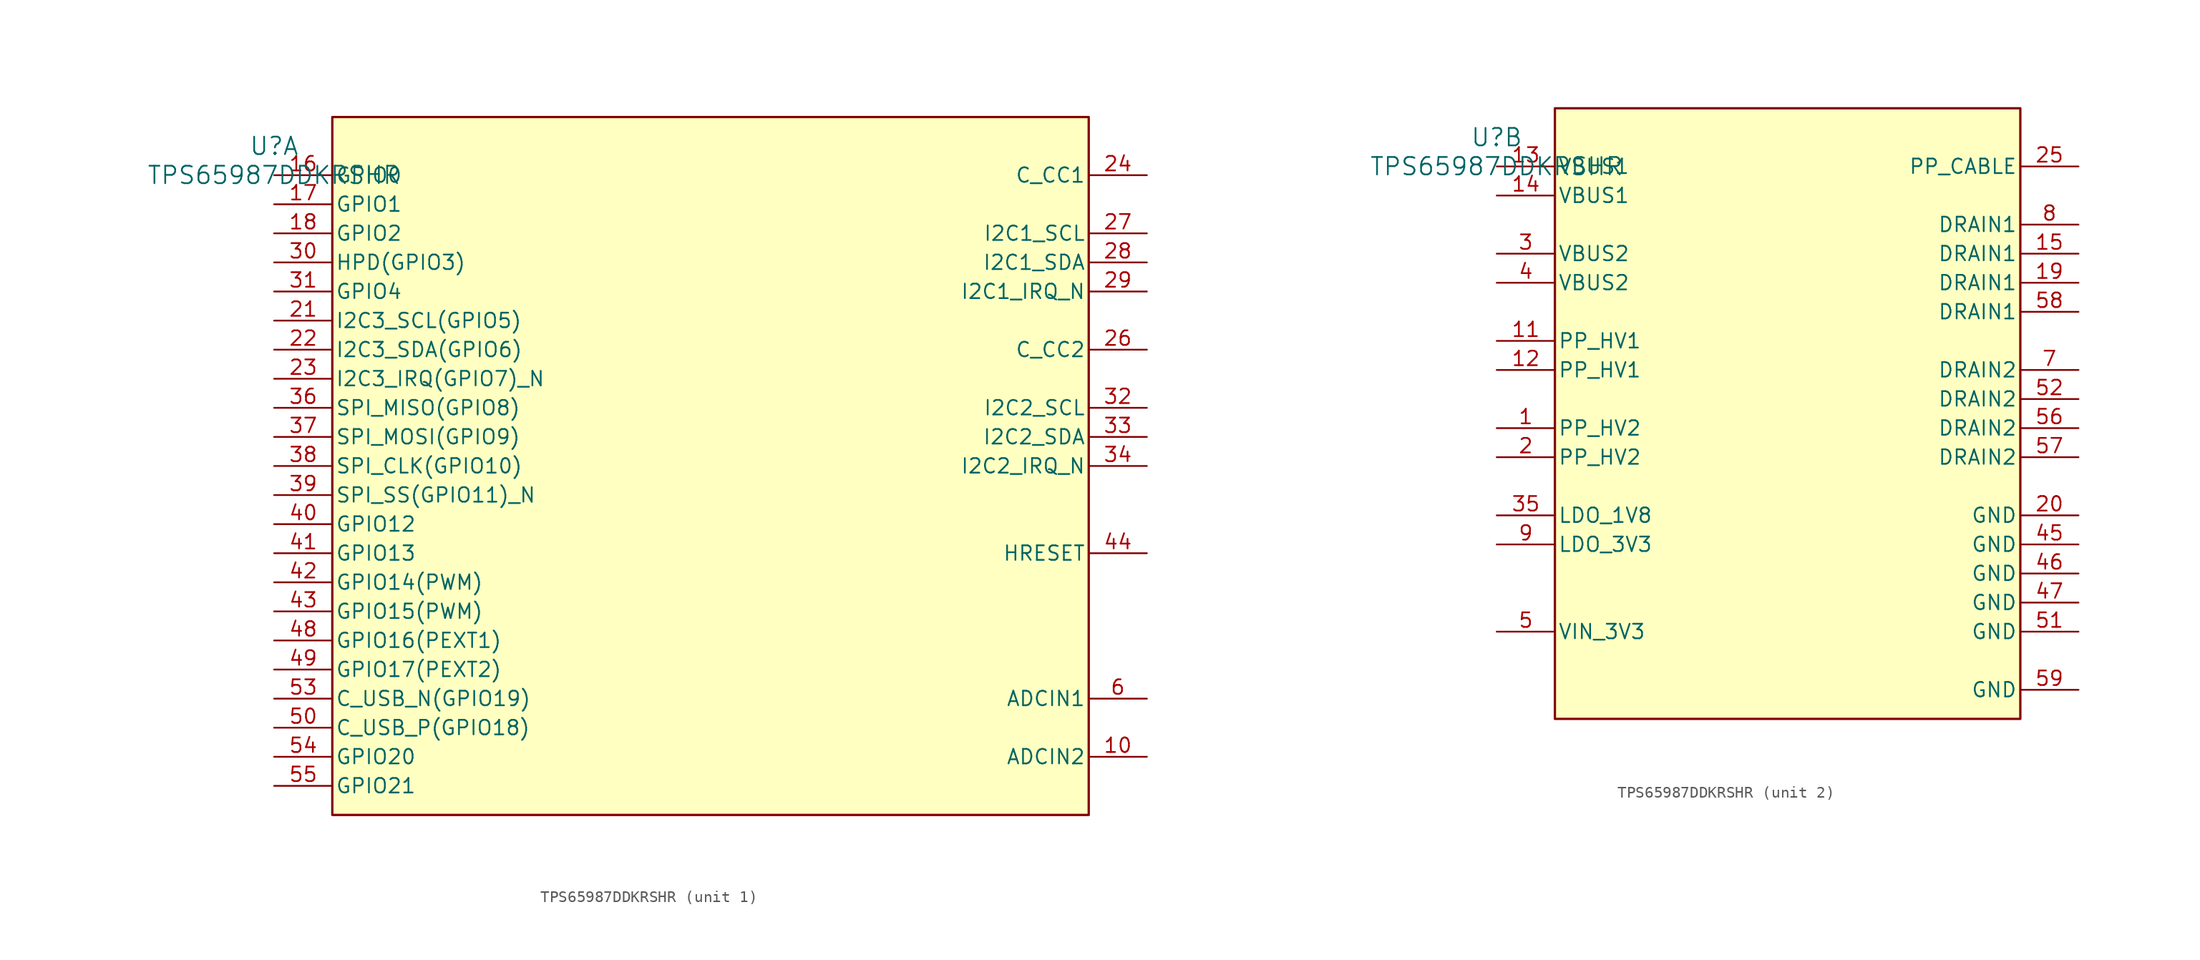
<source format=kicad_sym>
(kicad_symbol_lib
  (version 20241209)
  (generator "kicad_symbol_editor")
  (generator_version "9.0")
  (symbol "TPS65987DDKRSHR"
    (pin_names
      (offset 0.254))
    (property "Reference" "U"
      (at 0 2.54 0)
      (effects (font (size 1.524 1.524))))
    (property "Value" "TPS65987DDKRSHR"
      (at 0 0 0)
      (effects (font (size 1.524 1.524))))
    (property "ki_locked" ""
      (at 0 0 0)
      (effects (font (size 1.27 1.27))))
    (symbol "TPS65987DDKRSHR_1_1"
      (rectangle (start 5.08 5.08) (end 71.12 -55.88) (stroke (width 0.203) (type solid)) (fill (type background)))
      (pin bidirectional line (at 0 0 0) (length 5.08) (name "GPIO0" (effects (font (size 1.27 1.27)))) (number "16" (effects (font (size 1.27 1.27)))))
      (pin bidirectional line (at 0 -2.54 0) (length 5.08) (name "GPIO1" (effects (font (size 1.27 1.27)))) (number "17" (effects (font (size 1.27 1.27)))))
      (pin bidirectional line (at 0 -5.08 0) (length 5.08) (name "GPIO2" (effects (font (size 1.27 1.27)))) (number "18" (effects (font (size 1.27 1.27)))))
      (pin bidirectional line (at 0 -7.62 0) (length 5.08) (name "HPD(GPIO3)" (effects (font (size 1.27 1.27)))) (number "30" (effects (font (size 1.27 1.27)))))
      (pin bidirectional line (at 0 -10.16 0) (length 5.08) (name "GPIO4" (effects (font (size 1.27 1.27)))) (number "31" (effects (font (size 1.27 1.27)))))
      (pin bidirectional line (at 0 -12.7 0) (length 5.08) (name "I2C3_SCL(GPIO5)" (effects (font (size 1.27 1.27)))) (number "21" (effects (font (size 1.27 1.27)))))
      (pin bidirectional line (at 0 -15.24 0) (length 5.08) (name "I2C3_SDA(GPIO6)" (effects (font (size 1.27 1.27)))) (number "22" (effects (font (size 1.27 1.27)))))
      (pin bidirectional line (at 0 -17.78 0) (length 5.08) (name "I2C3_IRQ(GPIO7)_N" (effects (font (size 1.27 1.27)))) (number "23" (effects (font (size 1.27 1.27)))))
      (pin bidirectional line (at 0 -20.32 0) (length 5.08) (name "SPI_MISO(GPIO8)" (effects (font (size 1.27 1.27)))) (number "36" (effects (font (size 1.27 1.27)))))
      (pin bidirectional line (at 0 -22.86 0) (length 5.08) (name "SPI_MOSI(GPIO9)" (effects (font (size 1.27 1.27)))) (number "37" (effects (font (size 1.27 1.27)))))
      (pin bidirectional line (at 0 -25.4 0) (length 5.08) (name "SPI_CLK(GPIO10)" (effects (font (size 1.27 1.27)))) (number "38" (effects (font (size 1.27 1.27)))))
      (pin bidirectional line (at 0 -27.94 0) (length 5.08) (name "SPI_SS(GPIO11)_N" (effects (font (size 1.27 1.27)))) (number "39" (effects (font (size 1.27 1.27)))))
      (pin bidirectional line (at 0 -30.48 0) (length 5.08) (name "GPIO12" (effects (font (size 1.27 1.27)))) (number "40" (effects (font (size 1.27 1.27)))))
      (pin bidirectional line (at 0 -33.02 0) (length 5.08) (name "GPIO13" (effects (font (size 1.27 1.27)))) (number "41" (effects (font (size 1.27 1.27)))))
      (pin bidirectional line (at 0 -35.56 0) (length 5.08) (name "GPIO14(PWM)" (effects (font (size 1.27 1.27)))) (number "42" (effects (font (size 1.27 1.27)))))
      (pin bidirectional line (at 0 -38.1 0) (length 5.08) (name "GPIO15(PWM)" (effects (font (size 1.27 1.27)))) (number "43" (effects (font (size 1.27 1.27)))))
      (pin bidirectional line (at 0 -40.64 0) (length 5.08) (name "GPIO16(PEXT1)" (effects (font (size 1.27 1.27)))) (number "48" (effects (font (size 1.27 1.27)))))
      (pin bidirectional line (at 0 -43.18 0) (length 5.08) (name "GPIO17(PEXT2)" (effects (font (size 1.27 1.27)))) (number "49" (effects (font (size 1.27 1.27)))))
      (pin bidirectional line (at 0 -45.72 0) (length 5.08) (name "C_USB_N(GPIO19)" (effects (font (size 1.27 1.27)))) (number "53" (effects (font (size 1.27 1.27)))))
      (pin bidirectional line (at 0 -48.26 0) (length 5.08) (name "C_USB_P(GPIO18)" (effects (font (size 1.27 1.27)))) (number "50" (effects (font (size 1.27 1.27)))))
      (pin bidirectional line (at 0 -50.8 0) (length 5.08) (name "GPIO20" (effects (font (size 1.27 1.27)))) (number "54" (effects (font (size 1.27 1.27)))))
      (pin bidirectional line (at 0 -53.34 0) (length 5.08) (name "GPIO21" (effects (font (size 1.27 1.27)))) (number "55" (effects (font (size 1.27 1.27)))))
      (pin tri_state line (at 76.2 0 180) (length 5.08) (name "C_CC1" (effects (font (size 1.27 1.27)))) (number "24" (effects (font (size 1.27 1.27)))))
      (pin bidirectional line (at 76.2 -5.08 180) (length 5.08) (name "I2C1_SCL" (effects (font (size 1.27 1.27)))) (number "27" (effects (font (size 1.27 1.27)))))
      (pin bidirectional line (at 76.2 -7.62 180) (length 5.08) (name "I2C1_SDA" (effects (font (size 1.27 1.27)))) (number "28" (effects (font (size 1.27 1.27)))))
      (pin output line (at 76.2 -10.16 180) (length 5.08) (name "I2C1_IRQ_N" (effects (font (size 1.27 1.27)))) (number "29" (effects (font (size 1.27 1.27)))))
      (pin tri_state line (at 76.2 -15.24 180) (length 5.08) (name "C_CC2" (effects (font (size 1.27 1.27)))) (number "26" (effects (font (size 1.27 1.27)))))
      (pin bidirectional line (at 76.2 -20.32 180) (length 5.08) (name "I2C2_SCL" (effects (font (size 1.27 1.27)))) (number "32" (effects (font (size 1.27 1.27)))))
      (pin bidirectional line (at 76.2 -22.86 180) (length 5.08) (name "I2C2_SDA" (effects (font (size 1.27 1.27)))) (number "33" (effects (font (size 1.27 1.27)))))
      (pin output line (at 76.2 -25.4 180) (length 5.08) (name "I2C2_IRQ_N" (effects (font (size 1.27 1.27)))) (number "34" (effects (font (size 1.27 1.27)))))
      (pin input line (at 76.2 -33.02 180) (length 5.08) (name "HRESET" (effects (font (size 1.27 1.27)))) (number "44" (effects (font (size 1.27 1.27)))))
      (pin unspecified line (at 76.2 -45.72 180) (length 5.08) (name "ADCIN1" (effects (font (size 1.27 1.27)))) (number "6" (effects (font (size 1.27 1.27)))))
      (pin unspecified line (at 76.2 -50.8 180) (length 5.08) (name "ADCIN2" (effects (font (size 1.27 1.27)))) (number "10" (effects (font (size 1.27 1.27))))))
    (symbol "TPS65987DDKRSHR_2_1"
      (rectangle (start 5.08 5.08) (end 45.72 -48.26) (stroke (width 0.203) (type solid)) (fill (type background)))
      (pin power_in line (at 0 0 0) (length 5.08) (name "VBUS1" (effects (font (size 1.27 1.27)))) (number "13" (effects (font (size 1.27 1.27)))))
      (pin power_in line (at 0 -2.54 0) (length 5.08) (name "VBUS1" (effects (font (size 1.27 1.27)))) (number "14" (effects (font (size 1.27 1.27)))))
      (pin power_in line (at 0 -7.62 0) (length 5.08) (name "VBUS2" (effects (font (size 1.27 1.27)))) (number "3" (effects (font (size 1.27 1.27)))))
      (pin power_in line (at 0 -10.16 0) (length 5.08) (name "VBUS2" (effects (font (size 1.27 1.27)))) (number "4" (effects (font (size 1.27 1.27)))))
      (pin power_in line (at 0 -15.24 0) (length 5.08) (name "PP_HV1" (effects (font (size 1.27 1.27)))) (number "11" (effects (font (size 1.27 1.27)))))
      (pin power_in line (at 0 -17.78 0) (length 5.08) (name "PP_HV1" (effects (font (size 1.27 1.27)))) (number "12" (effects (font (size 1.27 1.27)))))
      (pin power_in line (at 0 -22.86 0) (length 5.08) (name "PP_HV2" (effects (font (size 1.27 1.27)))) (number "1" (effects (font (size 1.27 1.27)))))
      (pin power_in line (at 0 -25.4 0) (length 5.08) (name "PP_HV2" (effects (font (size 1.27 1.27)))) (number "2" (effects (font (size 1.27 1.27)))))
      (pin power_in line (at 0 -30.48 0) (length 5.08) (name "LDO_1V8" (effects (font (size 1.27 1.27)))) (number "35" (effects (font (size 1.27 1.27)))))
      (pin power_in line (at 0 -33.02 0) (length 5.08) (name "LDO_3V3" (effects (font (size 1.27 1.27)))) (number "9" (effects (font (size 1.27 1.27)))))
      (pin power_in line (at 0 -40.64 0) (length 5.08) (name "VIN_3V3" (effects (font (size 1.27 1.27)))) (number "5" (effects (font (size 1.27 1.27)))))
      (pin power_in line (at 50.8 0 180) (length 5.08) (name "PP_CABLE" (effects (font (size 1.27 1.27)))) (number "25" (effects (font (size 1.27 1.27)))))
      (pin unspecified line (at 50.8 -5.08 180) (length 5.08) (name "DRAIN1" (effects (font (size 1.27 1.27)))) (number "8" (effects (font (size 1.27 1.27)))))
      (pin unspecified line (at 50.8 -7.62 180) (length 5.08) (name "DRAIN1" (effects (font (size 1.27 1.27)))) (number "15" (effects (font (size 1.27 1.27)))))
      (pin unspecified line (at 50.8 -10.16 180) (length 5.08) (name "DRAIN1" (effects (font (size 1.27 1.27)))) (number "19" (effects (font (size 1.27 1.27)))))
      (pin unspecified line (at 50.8 -12.7 180) (length 5.08) (name "DRAIN1" (effects (font (size 1.27 1.27)))) (number "58" (effects (font (size 1.27 1.27)))))
      (pin unspecified line (at 50.8 -17.78 180) (length 5.08) (name "DRAIN2" (effects (font (size 1.27 1.27)))) (number "7" (effects (font (size 1.27 1.27)))))
      (pin unspecified line (at 50.8 -20.32 180) (length 5.08) (name "DRAIN2" (effects (font (size 1.27 1.27)))) (number "52" (effects (font (size 1.27 1.27)))))
      (pin unspecified line (at 50.8 -22.86 180) (length 5.08) (name "DRAIN2" (effects (font (size 1.27 1.27)))) (number "56" (effects (font (size 1.27 1.27)))))
      (pin unspecified line (at 50.8 -25.4 180) (length 5.08) (name "DRAIN2" (effects (font (size 1.27 1.27)))) (number "57" (effects (font (size 1.27 1.27)))))
      (pin power_in line (at 50.8 -30.48 180) (length 5.08) (name "GND" (effects (font (size 1.27 1.27)))) (number "20" (effects (font (size 1.27 1.27)))))
      (pin power_in line (at 50.8 -33.02 180) (length 5.08) (name "GND" (effects (font (size 1.27 1.27)))) (number "45" (effects (font (size 1.27 1.27)))))
      (pin power_in line (at 50.8 -35.56 180) (length 5.08) (name "GND" (effects (font (size 1.27 1.27)))) (number "46" (effects (font (size 1.27 1.27)))))
      (pin power_in line (at 50.8 -38.1 180) (length 5.08) (name "GND" (effects (font (size 1.27 1.27)))) (number "47" (effects (font (size 1.27 1.27)))))
      (pin power_in line (at 50.8 -40.64 180) (length 5.08) (name "GND" (effects (font (size 1.27 1.27)))) (number "51" (effects (font (size 1.27 1.27)))))
      (pin power_in line (at 50.8 -45.72 180) (length 5.08) (name "GND" (effects (font (size 1.27 1.27)))) (number "59" (effects (font (size 1.27 1.27))))))))
</source>
